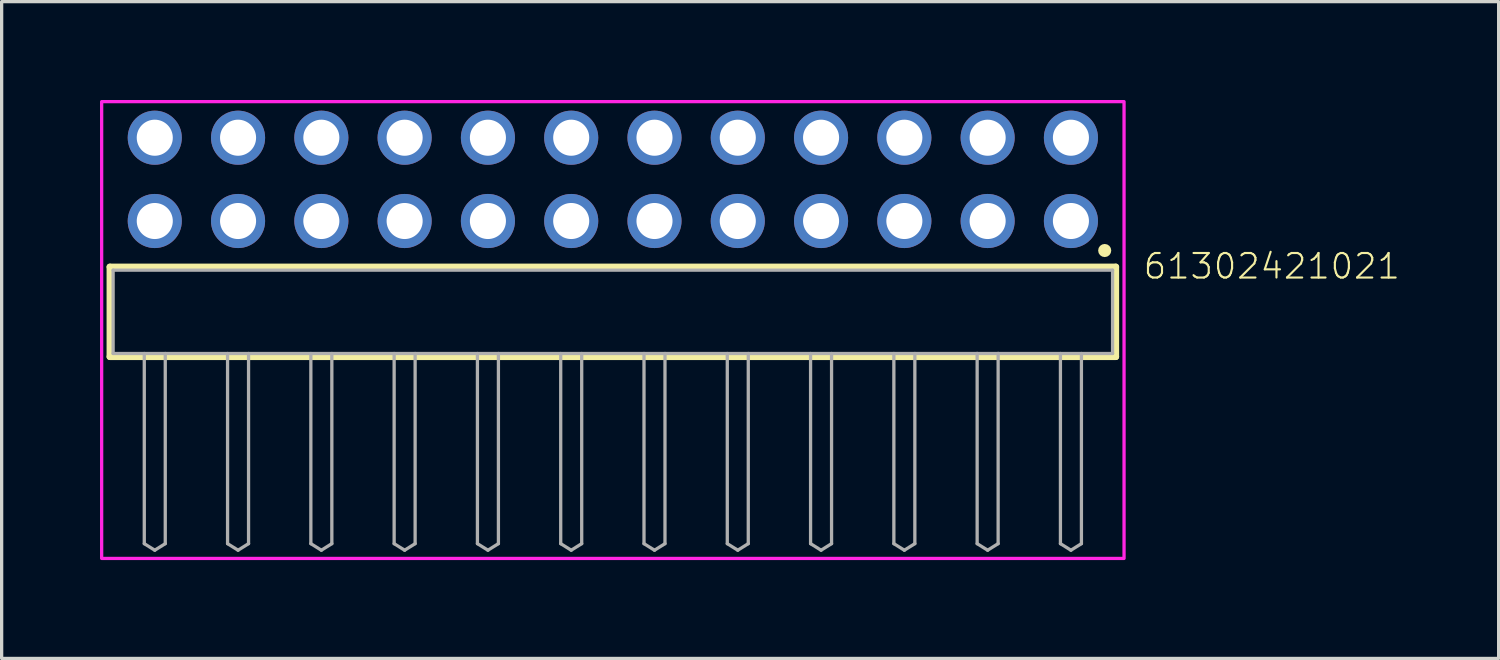
<source format=kicad_pcb>
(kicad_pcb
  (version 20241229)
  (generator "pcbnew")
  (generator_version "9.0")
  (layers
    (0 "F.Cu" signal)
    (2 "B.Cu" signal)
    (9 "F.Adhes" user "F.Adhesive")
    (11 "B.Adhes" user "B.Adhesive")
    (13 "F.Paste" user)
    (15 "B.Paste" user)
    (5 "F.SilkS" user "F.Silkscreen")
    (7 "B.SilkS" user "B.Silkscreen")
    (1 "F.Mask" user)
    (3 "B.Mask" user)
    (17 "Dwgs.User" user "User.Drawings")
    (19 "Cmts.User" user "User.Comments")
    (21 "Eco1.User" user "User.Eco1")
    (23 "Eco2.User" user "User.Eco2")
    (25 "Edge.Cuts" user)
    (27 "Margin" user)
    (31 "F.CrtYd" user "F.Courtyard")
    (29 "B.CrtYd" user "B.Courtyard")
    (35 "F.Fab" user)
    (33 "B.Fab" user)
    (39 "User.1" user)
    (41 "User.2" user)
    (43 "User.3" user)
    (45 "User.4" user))
  (footprint "61302421021"
    (layer "F.Cu")
    (at 15.64 6.46)
    (property "Reference" "61302421021" (at 16.135 -0.952 0) (unlocked yes) (layer "F.SilkS") (effects (font (size 0.748 0.748) (thickness 0.065)) (justify left bottom)))
    (fp_line (start -15.34 -1.37) (end 15.34 -1.37) (stroke (width 0.2) (type solid)) (layer "F.SilkS"))
    (fp_line (start -15.34 1.37) (end -15.34 -1.37) (stroke (width 0.2) (type solid)) (layer "F.SilkS"))
    (fp_line (start 15.34 -1.37) (end 15.34 1.37) (stroke (width 0.2) (type solid)) (layer "F.SilkS"))
    (fp_line (start 15.34 1.37) (end -15.34 1.37) (stroke (width 0.2) (type solid)) (layer "F.SilkS"))
    (fp_circle (center 15 -1.87) (end 15.1 -1.87) (stroke (width 0.2) (type solid)) (fill no) (layer "F.SilkS"))
    (fp_poly (pts (xy 15.59 7.52) (xy -15.59 7.52) (xy -15.59 -6.41) (xy 15.59 -6.41)) (stroke (width 0.1) (type default)) (fill no) (layer "F.CrtYd"))
    (fp_line (start -15.24 -1.27) (end 15.24 -1.27) (stroke (width 0.1) (type solid)) (layer "F.Fab"))
    (fp_line (start -15.24 1.27) (end -15.24 -1.27) (stroke (width 0.1) (type solid)) (layer "F.Fab"))
    (fp_line (start -14.29 1.27) (end -14.29 7.07) (stroke (width 0.1) (type solid)) (layer "F.Fab"))
    (fp_line (start -14.29 7.07) (end -13.97 7.27) (stroke (width 0.1) (type solid)) (layer "F.Fab"))
    (fp_line (start -13.97 7.27) (end -13.65 7.07) (stroke (width 0.1) (type solid)) (layer "F.Fab"))
    (fp_line (start -13.65 1.27) (end -13.65 7.07) (stroke (width 0.1) (type solid)) (layer "F.Fab"))
    (fp_line (start -11.75 1.27) (end -11.75 7.07) (stroke (width 0.1) (type solid)) (layer "F.Fab"))
    (fp_line (start -11.75 7.07) (end -11.43 7.27) (stroke (width 0.1) (type solid)) (layer "F.Fab"))
    (fp_line (start -11.43 7.27) (end -11.11 7.07) (stroke (width 0.1) (type solid)) (layer "F.Fab"))
    (fp_line (start -11.11 1.27) (end -11.11 7.07) (stroke (width 0.1) (type solid)) (layer "F.Fab"))
    (fp_line (start -9.21 1.27) (end -9.21 7.07) (stroke (width 0.1) (type solid)) (layer "F.Fab"))
    (fp_line (start -9.21 7.07) (end -8.89 7.27) (stroke (width 0.1) (type solid)) (layer "F.Fab"))
    (fp_line (start -8.89 7.27) (end -8.57 7.07) (stroke (width 0.1) (type solid)) (layer "F.Fab"))
    (fp_line (start -8.57 1.27) (end -8.57 7.07) (stroke (width 0.1) (type solid)) (layer "F.Fab"))
    (fp_line (start -6.67 1.27) (end -6.67 7.07) (stroke (width 0.1) (type solid)) (layer "F.Fab"))
    (fp_line (start -6.67 7.07) (end -6.35 7.27) (stroke (width 0.1) (type solid)) (layer "F.Fab"))
    (fp_line (start -6.35 7.27) (end -6.03 7.07) (stroke (width 0.1) (type solid)) (layer "F.Fab"))
    (fp_line (start -6.03 1.27) (end -6.03 7.07) (stroke (width 0.1) (type solid)) (layer "F.Fab"))
    (fp_line (start -4.13 1.27) (end -4.13 7.07) (stroke (width 0.1) (type solid)) (layer "F.Fab"))
    (fp_line (start -4.13 7.07) (end -3.81 7.27) (stroke (width 0.1) (type solid)) (layer "F.Fab"))
    (fp_line (start -3.81 7.27) (end -3.49 7.07) (stroke (width 0.1) (type solid)) (layer "F.Fab"))
    (fp_line (start -3.49 1.27) (end -3.49 7.07) (stroke (width 0.1) (type solid)) (layer "F.Fab"))
    (fp_line (start -1.59 1.27) (end -1.59 7.07) (stroke (width 0.1) (type solid)) (layer "F.Fab"))
    (fp_line (start -1.59 7.07) (end -1.27 7.27) (stroke (width 0.1) (type solid)) (layer "F.Fab"))
    (fp_line (start -1.27 7.27) (end -0.95 7.07) (stroke (width 0.1) (type solid)) (layer "F.Fab"))
    (fp_line (start -0.95 1.27) (end -0.95 7.07) (stroke (width 0.1) (type solid)) (layer "F.Fab"))
    (fp_line (start 0.95 1.27) (end 0.95 7.07) (stroke (width 0.1) (type solid)) (layer "F.Fab"))
    (fp_line (start 0.95 7.07) (end 1.27 7.27) (stroke (width 0.1) (type solid)) (layer "F.Fab"))
    (fp_line (start 1.27 7.27) (end 1.59 7.07) (stroke (width 0.1) (type solid)) (layer "F.Fab"))
    (fp_line (start 1.59 1.27) (end 1.59 7.07) (stroke (width 0.1) (type solid)) (layer "F.Fab"))
    (fp_line (start 3.49 1.27) (end 3.49 7.07) (stroke (width 0.1) (type solid)) (layer "F.Fab"))
    (fp_line (start 3.49 7.07) (end 3.81 7.27) (stroke (width 0.1) (type solid)) (layer "F.Fab"))
    (fp_line (start 3.81 7.27) (end 4.13 7.07) (stroke (width 0.1) (type solid)) (layer "F.Fab"))
    (fp_line (start 4.13 1.27) (end 4.13 7.07) (stroke (width 0.1) (type solid)) (layer "F.Fab"))
    (fp_line (start 6.03 1.27) (end 6.03 7.07) (stroke (width 0.1) (type solid)) (layer "F.Fab"))
    (fp_line (start 6.03 7.07) (end 6.35 7.27) (stroke (width 0.1) (type solid)) (layer "F.Fab"))
    (fp_line (start 6.35 7.27) (end 6.67 7.07) (stroke (width 0.1) (type solid)) (layer "F.Fab"))
    (fp_line (start 6.67 1.27) (end 6.67 7.07) (stroke (width 0.1) (type solid)) (layer "F.Fab"))
    (fp_line (start 8.57 1.27) (end 8.57 7.07) (stroke (width 0.1) (type solid)) (layer "F.Fab"))
    (fp_line (start 8.57 7.07) (end 8.89 7.27) (stroke (width 0.1) (type solid)) (layer "F.Fab"))
    (fp_line (start 8.89 7.27) (end 9.21 7.07) (stroke (width 0.1) (type solid)) (layer "F.Fab"))
    (fp_line (start 9.21 1.27) (end 9.21 7.07) (stroke (width 0.1) (type solid)) (layer "F.Fab"))
    (fp_line (start 11.11 1.27) (end -15.24 1.27) (stroke (width 0.1) (type solid)) (layer "F.Fab"))
    (fp_line (start 11.11 1.27) (end 11.11 7.07) (stroke (width 0.1) (type solid)) (layer "F.Fab"))
    (fp_line (start 11.11 7.07) (end 11.43 7.27) (stroke (width 0.1) (type solid)) (layer "F.Fab"))
    (fp_line (start 11.43 7.27) (end 11.75 7.07) (stroke (width 0.1) (type solid)) (layer "F.Fab"))
    (fp_line (start 11.75 1.27) (end 11.11 1.27) (stroke (width 0.1) (type solid)) (layer "F.Fab"))
    (fp_line (start 11.75 1.27) (end 11.75 7.07) (stroke (width 0.1) (type solid)) (layer "F.Fab"))
    (fp_line (start 13.65 1.27) (end 13.65 7.07) (stroke (width 0.1) (type solid)) (layer "F.Fab"))
    (fp_line (start 13.65 7.07) (end 13.97 7.27) (stroke (width 0.1) (type solid)) (layer "F.Fab"))
    (fp_line (start 13.97 7.27) (end 14.29 7.07) (stroke (width 0.1) (type solid)) (layer "F.Fab"))
    (fp_line (start 14.29 1.27) (end 14.29 7.07) (stroke (width 0.1) (type solid)) (layer "F.Fab"))
    (fp_line (start 15.24 -1.27) (end 15.24 1.27) (stroke (width 0.1) (type solid)) (layer "F.Fab"))
    (fp_line (start 15.24 1.27) (end 11.75 1.27) (stroke (width 0.1) (type solid)) (layer "F.Fab"))
    (pad "1" thru_hole circle (at 13.97 -2.77) (size 1.65 1.65) (drill 1.1) (layers "*.Cu" "*.Mask"))
    (pad "2" thru_hole circle (at 13.97 -5.31) (size 1.65 1.65) (drill 1.1) (layers "*.Cu" "*.Mask"))
    (pad "3" thru_hole circle (at 11.43 -2.77) (size 1.65 1.65) (drill 1.1) (layers "*.Cu" "*.Mask"))
    (pad "4" thru_hole circle (at 11.43 -5.31) (size 1.65 1.65) (drill 1.1) (layers "*.Cu" "*.Mask"))
    (pad "5" thru_hole circle (at 8.89 -2.77) (size 1.65 1.65) (drill 1.1) (layers "*.Cu" "*.Mask"))
    (pad "6" thru_hole circle (at 8.89 -5.31) (size 1.65 1.65) (drill 1.1) (layers "*.Cu" "*.Mask"))
    (pad "7" thru_hole circle (at 6.35 -2.77) (size 1.65 1.65) (drill 1.1) (layers "*.Cu" "*.Mask"))
    (pad "8" thru_hole circle (at 6.35 -5.31) (size 1.65 1.65) (drill 1.1) (layers "*.Cu" "*.Mask"))
    (pad "9" thru_hole circle (at 3.81 -2.77) (size 1.65 1.65) (drill 1.1) (layers "*.Cu" "*.Mask"))
    (pad "10" thru_hole circle (at 3.81 -5.31) (size 1.65 1.65) (drill 1.1) (layers "*.Cu" "*.Mask"))
    (pad "11" thru_hole circle (at 1.27 -2.77) (size 1.65 1.65) (drill 1.1) (layers "*.Cu" "*.Mask"))
    (pad "12" thru_hole circle (at 1.27 -5.31) (size 1.65 1.65) (drill 1.1) (layers "*.Cu" "*.Mask"))
    (pad "13" thru_hole circle (at -1.27 -2.77) (size 1.65 1.65) (drill 1.1) (layers "*.Cu" "*.Mask"))
    (pad "14" thru_hole circle (at -1.27 -5.31) (size 1.65 1.65) (drill 1.1) (layers "*.Cu" "*.Mask"))
    (pad "15" thru_hole circle (at -3.81 -2.77) (size 1.65 1.65) (drill 1.1) (layers "*.Cu" "*.Mask"))
    (pad "16" thru_hole circle (at -3.81 -5.31) (size 1.65 1.65) (drill 1.1) (layers "*.Cu" "*.Mask"))
    (pad "17" thru_hole circle (at -6.35 -2.77) (size 1.65 1.65) (drill 1.1) (layers "*.Cu" "*.Mask"))
    (pad "18" thru_hole circle (at -6.35 -5.31) (size 1.65 1.65) (drill 1.1) (layers "*.Cu" "*.Mask"))
    (pad "19" thru_hole circle (at -8.89 -2.77) (size 1.65 1.65) (drill 1.1) (layers "*.Cu" "*.Mask"))
    (pad "20" thru_hole circle (at -8.89 -5.31) (size 1.65 1.65) (drill 1.1) (layers "*.Cu" "*.Mask"))
    (pad "21" thru_hole circle (at -11.43 -2.77) (size 1.65 1.65) (drill 1.1) (layers "*.Cu" "*.Mask"))
    (pad "22" thru_hole circle (at -11.43 -5.31) (size 1.65 1.65) (drill 1.1) (layers "*.Cu" "*.Mask"))
    (pad "23" thru_hole circle (at -13.97 -2.77) (size 1.65 1.65) (drill 1.1) (layers "*.Cu" "*.Mask"))
    (pad "24" thru_hole circle (at -13.97 -5.31) (size 1.65 1.65) (drill 1.1) (layers "*.Cu" "*.Mask")))
  (gr_rect
    (start -3 -3)
    (end 42.654 17.03)
    (stroke (width 0.1) (type default))
    (fill no)
    (layer "Edge.Cuts")))
</source>
